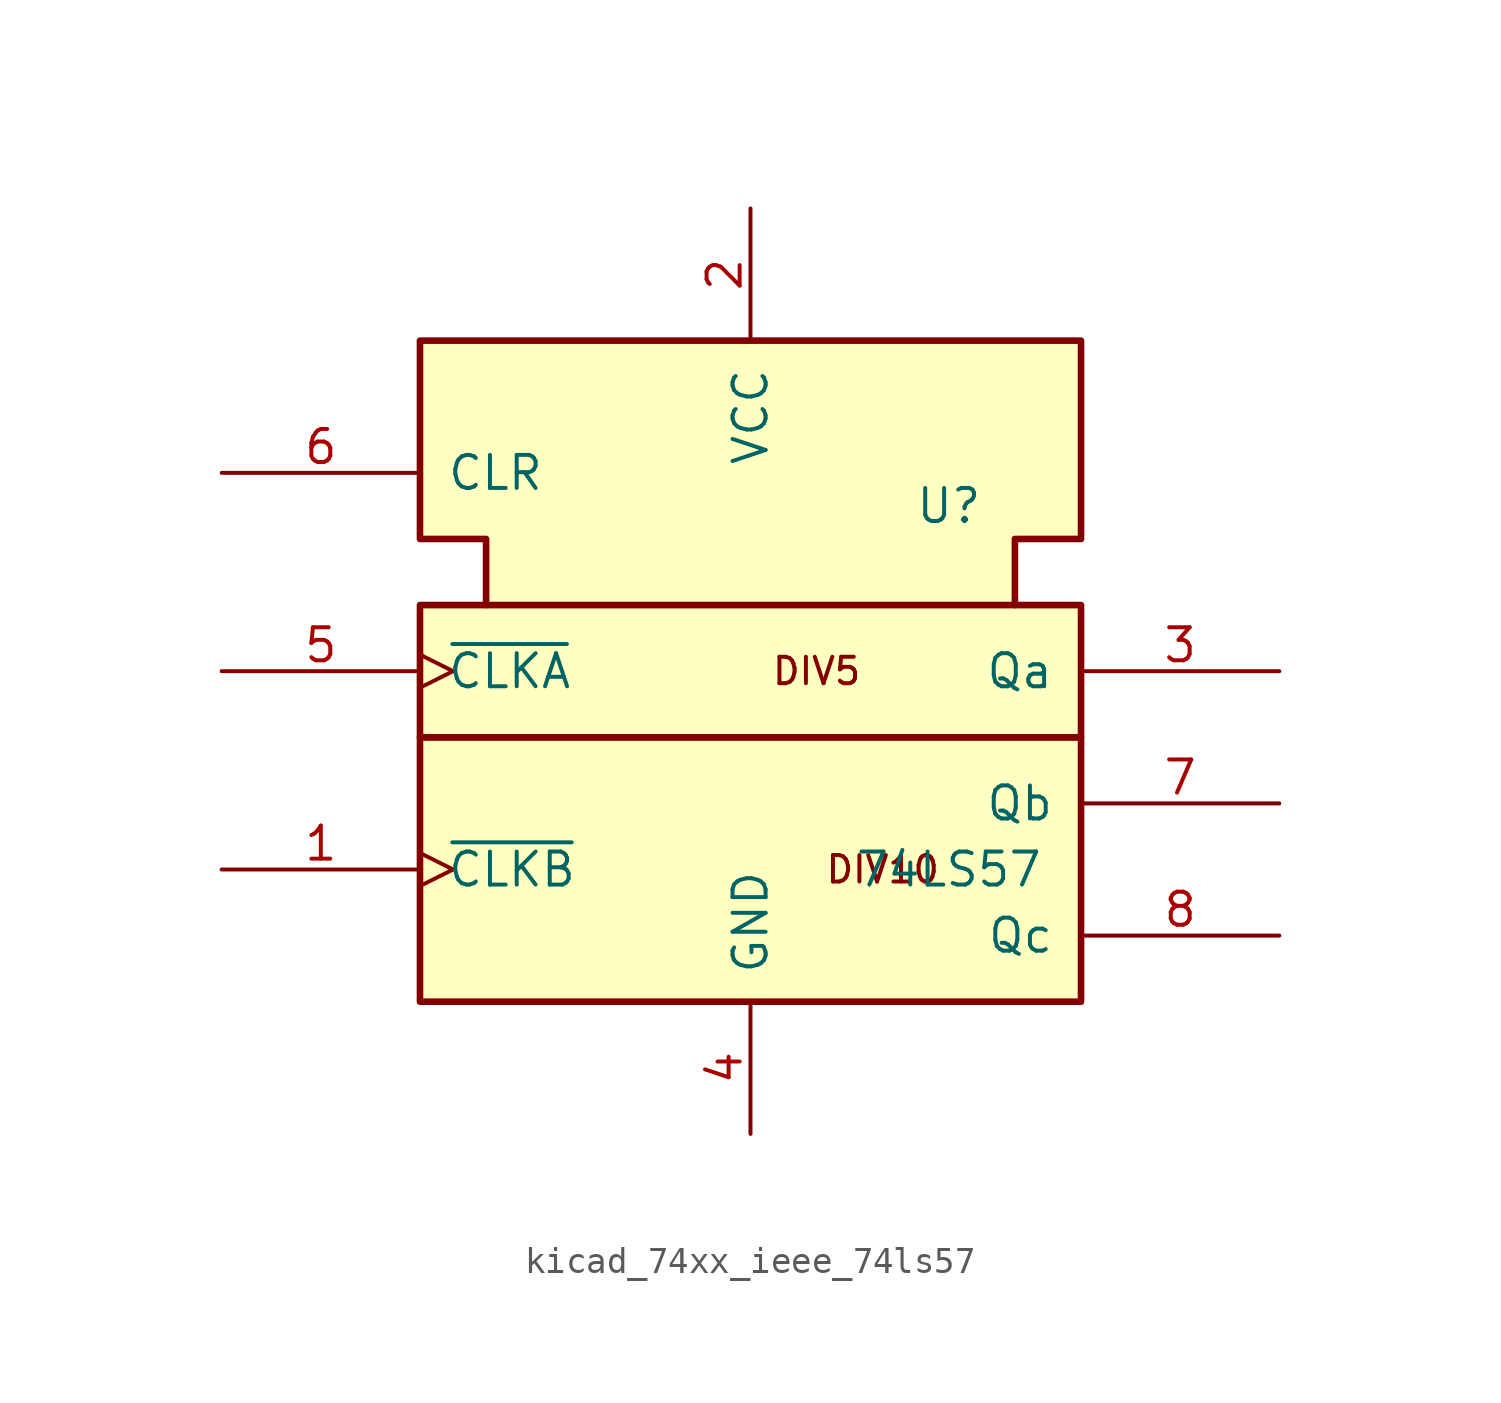
<source format=kicad_sym>
(kicad_symbol_lib
  (version 20220914)
  (generator kicad_symbol_editor)
  (symbol "kicad_74xx_ieee_74ls57"
    (pin_names
      (offset 1.016))
    (property "Reference" "U"
      (at 7.62 6.35 0)
      (effects (font (size 1.27 1.27))))
    (property "Value" "74LS57"
      (at 7.62 -7.62 0)
      (effects (font (size 1.27 1.27))))
    (symbol "kicad_74xx_ieee_74ls57_0_0"
      (rectangle (start -12.7 -2.54) (end 12.7 -12.7) (stroke (width 0.254) (type default)) (fill (type background)))
      (rectangle (start -12.7 2.54) (end 12.7 -2.54) (stroke (width 0.254) (type default)) (fill (type background)))
      (polyline (pts (xy -10.16 2.54) (xy -10.16 5.08) (xy -12.7 5.08) (xy -12.7 12.7) (xy 12.7 12.7) (xy 12.7 5.08) (xy 10.16 5.08) (xy 10.16 2.54) (xy 10.16 2.54)) (stroke (width 0.254) (type default)) (fill (type background)))
      (text "DIV10" (at 5.08 -7.62 0) (effects (font (size 1.016 1.016))))
      (text "DIV5" (at 2.54 0 0) (effects (font (size 1.016 1.016)))))
    (symbol "kicad_74xx_ieee_74ls57_0_1"
      (pin power_in line (at 0 17.78 270) (length 5.08) (name "VCC" (effects (font (size 1.27 1.27)))) (number "2" (effects (font (size 1.27 1.27)))))
      (pin power_in line (at 0 -17.78 90) (length 5.08) (name "GND" (effects (font (size 1.27 1.27)))) (number "4" (effects (font (size 1.27 1.27))))))
    (symbol "kicad_74xx_ieee_74ls57_1_1"
      (pin input clock (at -20.32 -7.62 0) (length 7.62) (name "~{CLKB}" (effects (font (size 1.27 1.27)))) (number "1" (effects (font (size 1.27 1.27)))))
      (pin output line (at 20.32 0 180) (length 7.62) (name "Qa" (effects (font (size 1.27 1.27)))) (number "3" (effects (font (size 1.27 1.27)))))
      (pin input clock (at -20.32 0 0) (length 7.62) (name "~{CLKA}" (effects (font (size 1.27 1.27)))) (number "5" (effects (font (size 1.27 1.27)))))
      (pin input line (at -20.32 7.62 0) (length 7.62) (name "CLR" (effects (font (size 1.27 1.27)))) (number "6" (effects (font (size 1.27 1.27)))))
      (pin output line (at 20.32 -5.08 180) (length 7.62) (name "Qb" (effects (font (size 1.27 1.27)))) (number "7" (effects (font (size 1.27 1.27)))))
      (pin output line (at 20.32 -10.16 180) (length 7.62) (name "Qc" (effects (font (size 1.27 1.27)))) (number "8" (effects (font (size 1.27 1.27))))))))
</source>
